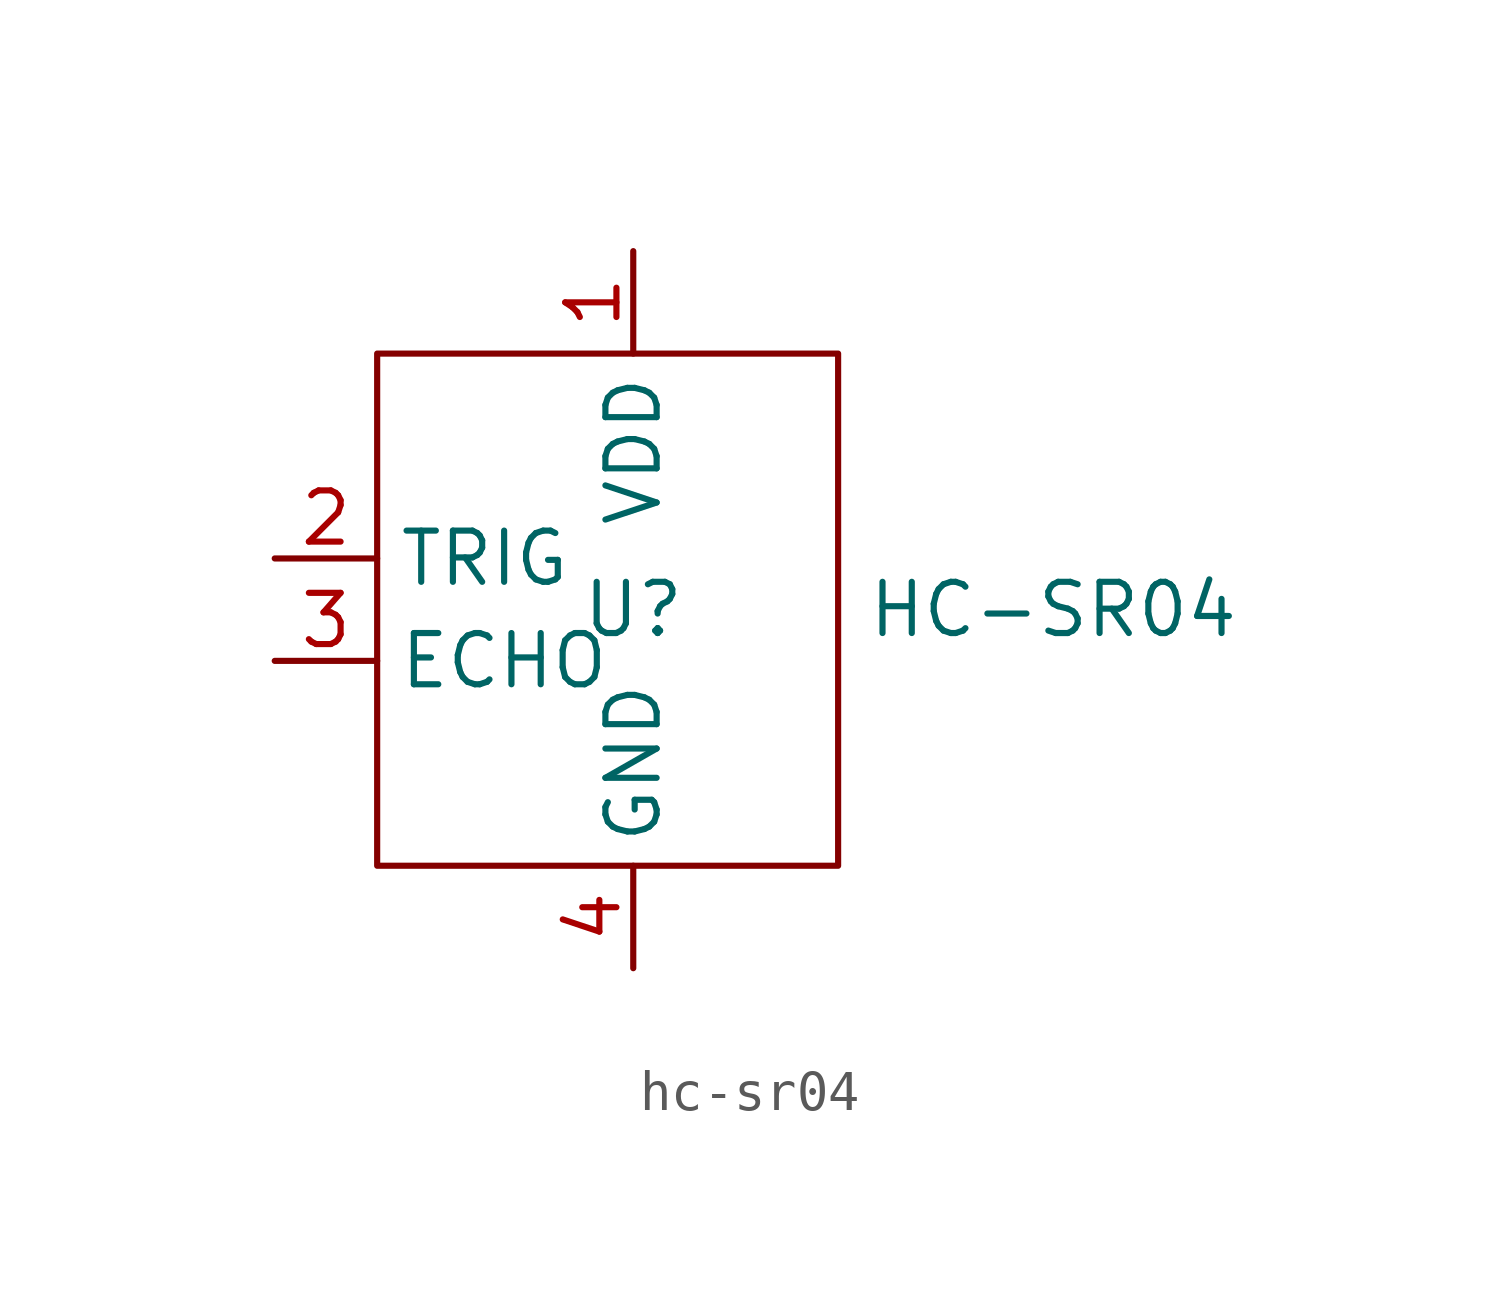
<source format=kicad_sym>
(kicad_symbol_lib
  (version 20241209)
  (generator "kicad_symbol_editor")
  (generator_version "9.0")
  (symbol "hc-sr04"
    (property "Reference" "U"
      (at 0 0 0)
      (effects (font (size 1.27 1.27))))
    (property "Value" "HC-SR04"
      (at 10.414 0 0)
      (effects (font (size 1.27 1.27))))
    (symbol "hc-sr04_0_1"
      (rectangle (start -6.35 6.35) (end 5.08 -6.35) (stroke (width 0) (type default)) (fill (type none))))
    (symbol "hc-sr04_1_1"
      (pin output line (at -8.89 1.27 0) (length 2.54) (name "TRIG" (effects (font (size 1.27 1.27)))) (number "2" (effects (font (size 1.27 1.27)))))
      (pin input line (at -8.89 -1.27 0) (length 2.54) (name "ECHO" (effects (font (size 1.27 1.27)))) (number "3" (effects (font (size 1.27 1.27)))))
      (pin power_in line (at 0 8.89 270) (length 2.54) (name "VDD" (effects (font (size 1.27 1.27)))) (number "1" (effects (font (size 1.27 1.27)))))
      (pin power_in line (at 0 -8.89 90) (length 2.54) (name "GND" (effects (font (size 1.27 1.27)))) (number "4" (effects (font (size 1.27 1.27))))))))
</source>
